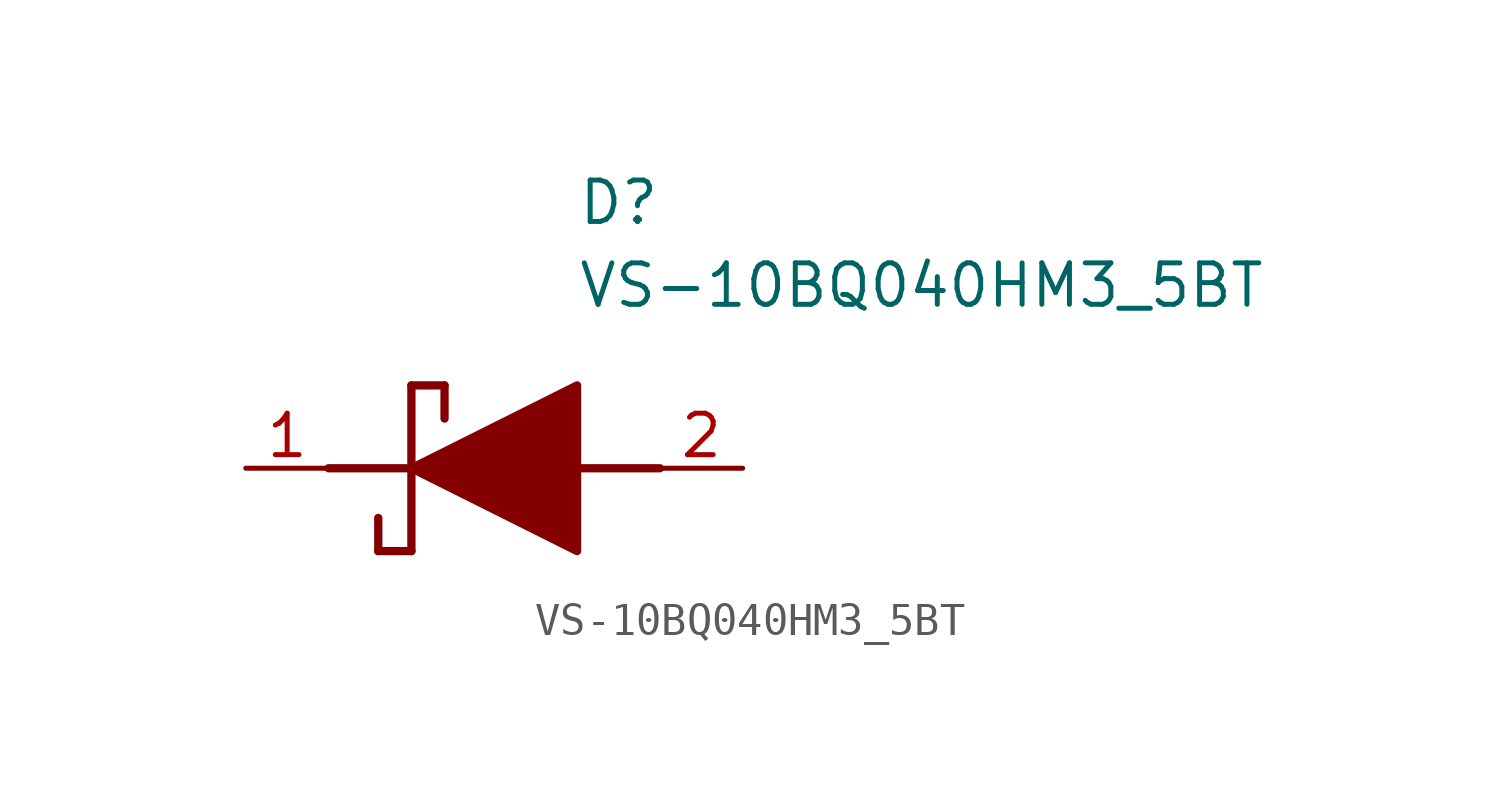
<source format=kicad_sym>
(kicad_symbol_lib
  (version 20211014)
  (generator SamacSys_ECAD_Model)
  (symbol "VS-10BQ040HM3_5BT"
    (pin_names hide)
    (property "Reference" "D"
      (at 12.7 8.89 0)
      (effects (font (size 1.27 1.27)) (justify left top)))
    (property "Value" "VS-10BQ040HM3_5BT"
      (at 12.7 6.35 0)
      (effects (font (size 1.27 1.27)) (justify left top)))
    (polyline
      (pts (xy 7.62 2.54) (xy 7.62 -2.54))
      (stroke (width 0.254) (type default))
      (fill (type none)))
    (polyline
      (pts (xy 7.62 2.54) (xy 8.636 2.54))
      (stroke (width 0.254) (type default))
      (fill (type none)))
    (polyline
      (pts (xy 8.636 1.524) (xy 8.636 2.54))
      (stroke (width 0.254) (type default))
      (fill (type none)))
    (polyline
      (pts (xy 7.62 -2.54) (xy 6.604 -2.54))
      (stroke (width 0.254) (type default))
      (fill (type none)))
    (polyline
      (pts (xy 6.604 -1.524) (xy 6.604 -2.54))
      (stroke (width 0.254) (type default))
      (fill (type none)))
    (polyline
      (pts (xy 5.08 0) (xy 7.62 0))
      (stroke (width 0.254) (type default))
      (fill (type none)))
    (polyline
      (pts (xy 12.7 0) (xy 15.24 0))
      (stroke (width 0.254) (type default))
      (fill (type none)))
    (polyline
      (pts (xy 7.62 0) (xy 12.7 2.54) (xy 12.7 -2.54) (xy 7.62 0))
      (stroke (width 0.254) (type default))
      (fill (type outline)))
    (pin passive line
      (at 2.54 0 0)
      (length 2.54)
      (name "K" (effects (font (size 1.27 1.27))))
      (number "1" (effects (font (size 1.27 1.27)))))
    (pin passive line
      (at 17.78 0 180)
      (length 2.54)
      (name "A" (effects (font (size 1.27 1.27))))
      (number "2" (effects (font (size 1.27 1.27)))))))
</source>
